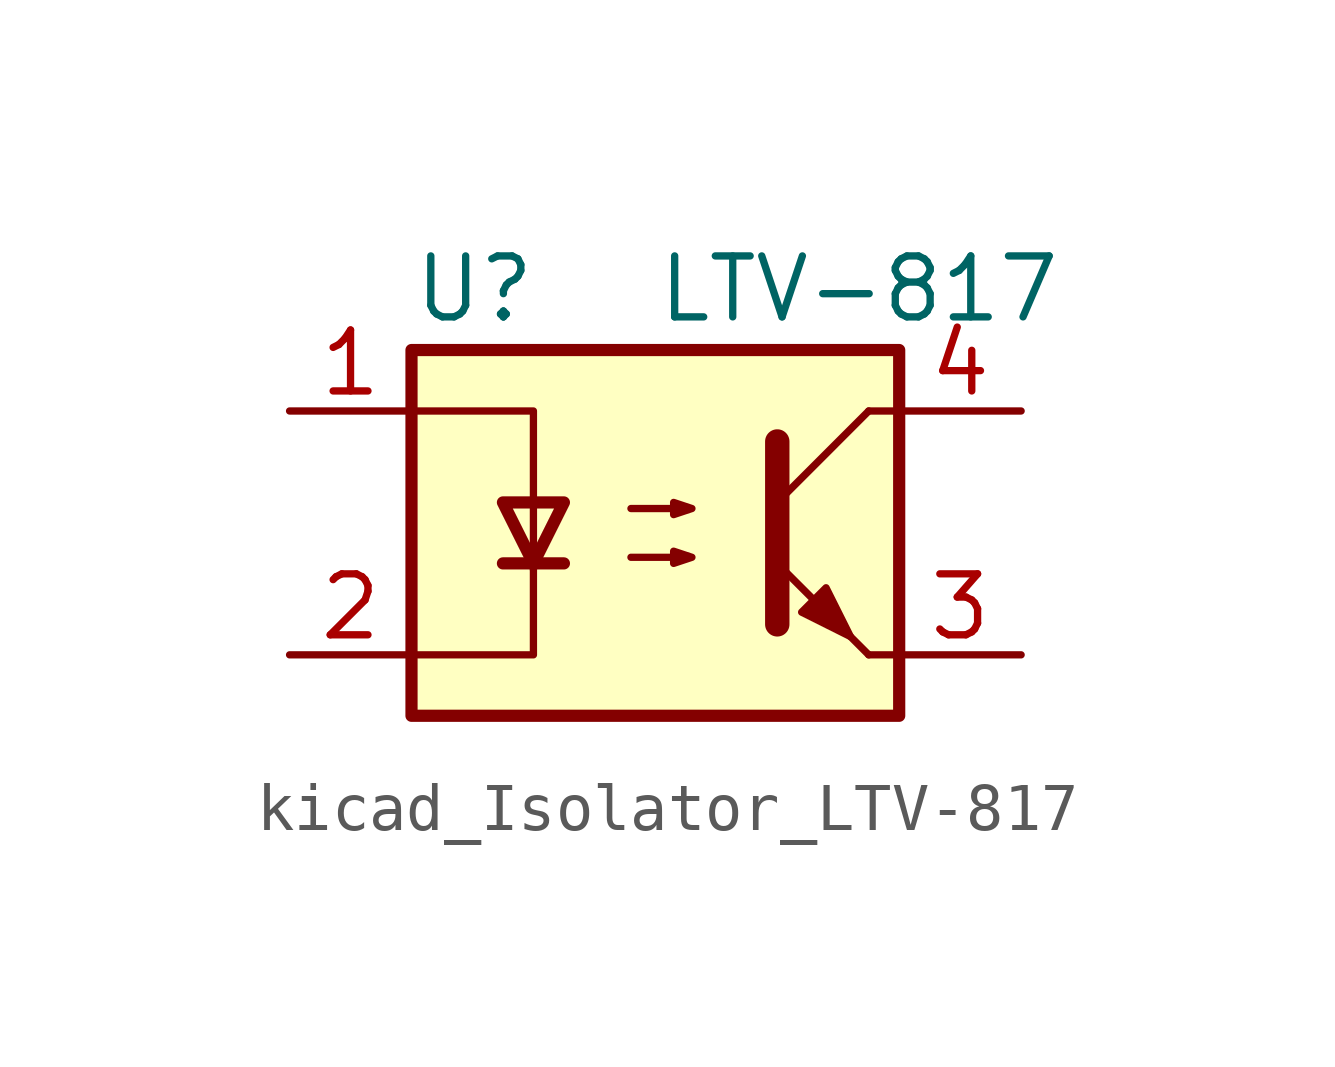
<source format=kicad_sym>
(kicad_symbol_lib
  (version 20220914)
  (generator kicad_symbol_editor)
  (symbol "kicad_Isolator_LTV-817"
    (pin_names
      (offset 1.016))
    (property "Reference" "U"
      (at -5.08 5.08 0)
      (effects (font (size 1.27 1.27)) (justify left)))
    (property "Value" "LTV-817"
      (at 0 5.08 0)
      (effects (font (size 1.27 1.27)) (justify left)))
    (symbol "kicad_Isolator_LTV-817_0_1"
      (rectangle (start -5.08 3.81) (end 5.08 -3.81) (stroke (width 0.254) (type default)) (fill (type background)))
      (polyline (pts (xy -3.175 -0.635) (xy -1.905 -0.635)) (stroke (width 0.254) (type default)) (fill (type none)))
      (polyline (pts (xy 2.54 0.635) (xy 4.445 2.54)) (stroke (width 0) (type default)) (fill (type none)))
      (polyline (pts (xy 4.445 -2.54) (xy 2.54 -0.635)) (stroke (width 0) (type default)) (fill (type outline)))
      (polyline (pts (xy 4.445 -2.54) (xy 5.08 -2.54)) (stroke (width 0) (type default)) (fill (type none)))
      (polyline (pts (xy 4.445 2.54) (xy 5.08 2.54)) (stroke (width 0) (type default)) (fill (type none)))
      (polyline (pts (xy -5.08 2.54) (xy -2.54 2.54) (xy -2.54 -0.762)) (stroke (width 0) (type default)) (fill (type none)))
      (polyline (pts (xy -2.54 -0.635) (xy -2.54 -2.54) (xy -5.08 -2.54)) (stroke (width 0) (type default)) (fill (type none)))
      (polyline (pts (xy 2.54 1.905) (xy 2.54 -1.905) (xy 2.54 -1.905)) (stroke (width 0.508) (type default)) (fill (type none)))
      (polyline (pts (xy -2.54 -0.635) (xy -3.175 0.635) (xy -1.905 0.635) (xy -2.54 -0.635)) (stroke (width 0.254) (type default)) (fill (type none)))
      (polyline (pts (xy -0.508 -0.508) (xy 0.762 -0.508) (xy 0.381 -0.635) (xy 0.381 -0.381) (xy 0.762 -0.508)) (stroke (width 0) (type default)) (fill (type none)))
      (polyline (pts (xy -0.508 0.508) (xy 0.762 0.508) (xy 0.381 0.381) (xy 0.381 0.635) (xy 0.762 0.508)) (stroke (width 0) (type default)) (fill (type none)))
      (polyline (pts (xy 3.048 -1.651) (xy 3.556 -1.143) (xy 4.064 -2.159) (xy 3.048 -1.651) (xy 3.048 -1.651)) (stroke (width 0) (type default)) (fill (type outline))))
    (symbol "kicad_Isolator_LTV-817_1_1"
      (pin passive line (at -7.62 2.54 0) (length 2.54) (name "~" (effects (font (size 1.27 1.27)))) (number "1" (effects (font (size 1.27 1.27)))))
      (pin passive line (at -7.62 -2.54 0) (length 2.54) (name "~" (effects (font (size 1.27 1.27)))) (number "2" (effects (font (size 1.27 1.27)))))
      (pin passive line (at 7.62 -2.54 180) (length 2.54) (name "~" (effects (font (size 1.27 1.27)))) (number "3" (effects (font (size 1.27 1.27)))))
      (pin passive line (at 7.62 2.54 180) (length 2.54) (name "~" (effects (font (size 1.27 1.27)))) (number "4" (effects (font (size 1.27 1.27))))))))
</source>
